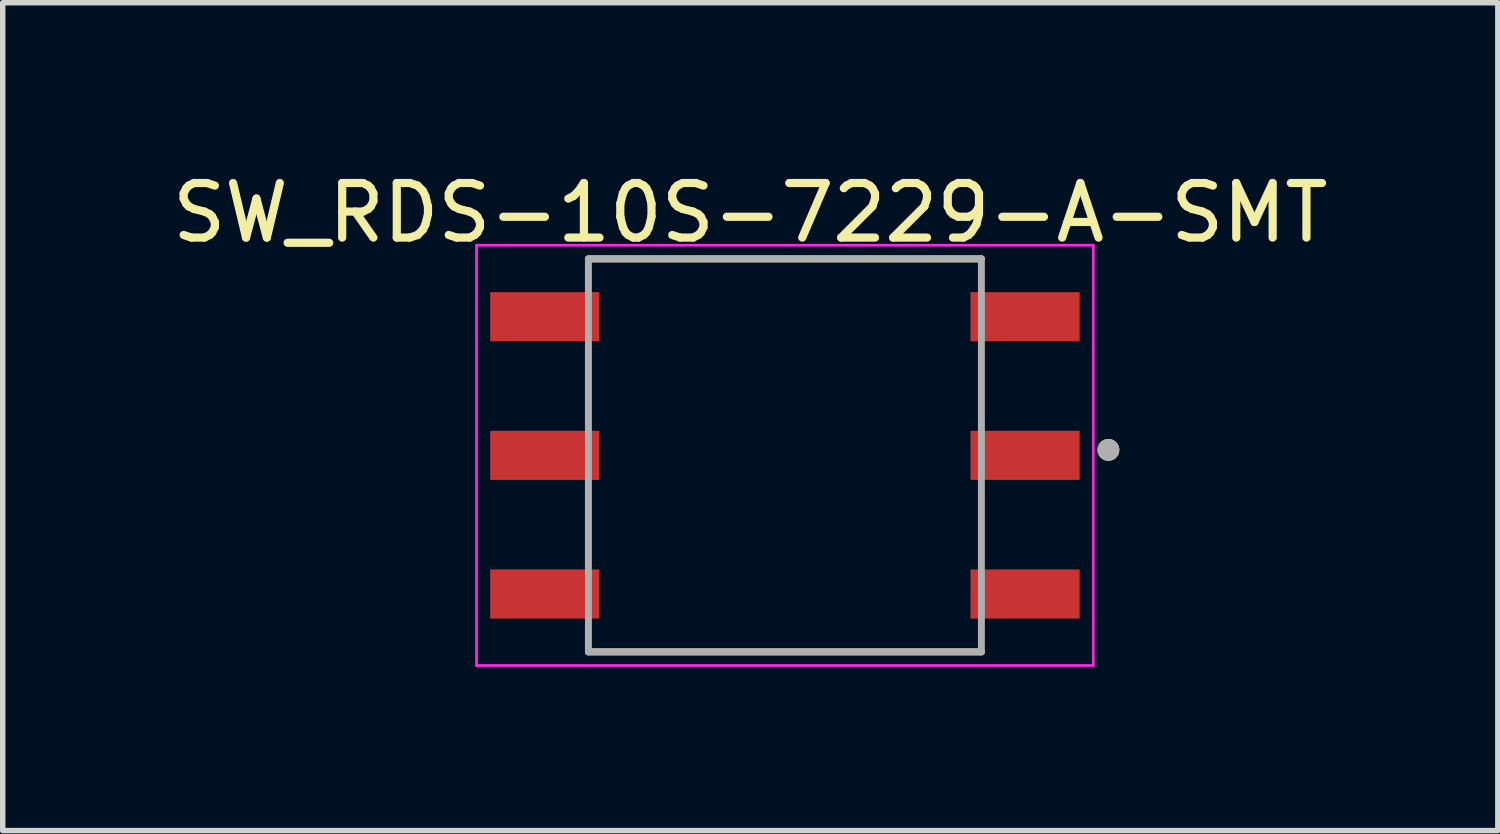
<source format=kicad_pcb>
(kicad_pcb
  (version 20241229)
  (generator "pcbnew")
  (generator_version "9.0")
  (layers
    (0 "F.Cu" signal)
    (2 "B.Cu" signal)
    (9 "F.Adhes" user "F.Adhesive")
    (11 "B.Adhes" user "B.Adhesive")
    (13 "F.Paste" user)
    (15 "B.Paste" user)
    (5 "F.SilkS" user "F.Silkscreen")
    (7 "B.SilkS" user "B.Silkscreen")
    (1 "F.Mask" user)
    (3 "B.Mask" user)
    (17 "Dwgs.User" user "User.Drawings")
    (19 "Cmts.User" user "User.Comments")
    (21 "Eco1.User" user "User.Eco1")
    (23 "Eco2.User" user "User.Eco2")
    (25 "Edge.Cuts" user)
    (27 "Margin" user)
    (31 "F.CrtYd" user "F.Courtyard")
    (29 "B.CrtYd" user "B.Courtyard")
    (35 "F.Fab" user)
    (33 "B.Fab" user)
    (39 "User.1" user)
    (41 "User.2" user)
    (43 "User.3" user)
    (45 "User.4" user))
  (footprint "SW_RDS-10S-7229-A-SMT"
    (layer "F.Cu")
    (at 11.331 5.293)
    (property "Reference" "SW_RDS-10S-7229-A-SMT" (at -0.635 -4.445 0) (layer "F.SilkS") (effects (font (size 1 1) (thickness 0.15))))
    (attr smd)
    (fp_line (start -3.6 -3.6) (end 3.6 -3.6) (stroke (width 0.127) (type solid)) (layer "F.SilkS"))
    (fp_line (start 3.6 3.6) (end -3.6 3.6) (stroke (width 0.127) (type solid)) (layer "F.SilkS"))
    (fp_circle (center 5.927 -0.1) (end 6.027 -0.1) (stroke (width 0.2) (type solid)) (fill no) (layer "F.SilkS"))
    (fp_line (start -5.65 -3.85) (end 5.65 -3.85) (stroke (width 0.05) (type solid)) (layer "F.CrtYd"))
    (fp_line (start -5.65 3.85) (end -5.65 -3.85) (stroke (width 0.05) (type solid)) (layer "F.CrtYd"))
    (fp_line (start 5.65 -3.85) (end 5.65 3.85) (stroke (width 0.05) (type solid)) (layer "F.CrtYd"))
    (fp_line (start 5.65 3.85) (end -5.65 3.85) (stroke (width 0.05) (type solid)) (layer "F.CrtYd"))
    (fp_line (start -3.6 -3.6) (end 3.6 -3.6) (stroke (width 0.127) (type solid)) (layer "F.Fab"))
    (fp_line (start -3.6 3.6) (end -3.6 -3.6) (stroke (width 0.127) (type solid)) (layer "F.Fab"))
    (fp_line (start 3.6 -3.6) (end 3.6 3.6) (stroke (width 0.127) (type solid)) (layer "F.Fab"))
    (fp_line (start 3.6 3.6) (end -3.6 3.6) (stroke (width 0.127) (type solid)) (layer "F.Fab"))
    (fp_circle (center 5.927 -0.1) (end 6.027 -0.1) (stroke (width 0.2) (type solid)) (fill no) (layer "F.Fab"))
    (pad "1" smd rect (at 4.4 0) (size 2 0.9) (layers "F.Cu" "F.Mask" "F.Paste"))
    (pad "2" smd rect (at 4.4 -2.54) (size 2 0.9) (layers "F.Cu" "F.Mask" "F.Paste"))
    (pad "4" smd rect (at -4.4 -2.54) (size 2 0.9) (layers "F.Cu" "F.Mask" "F.Paste"))
    (pad "8" smd rect (at -4.4 0) (size 2 0.9) (layers "F.Cu" "F.Mask" "F.Paste"))
    (pad "C1" smd rect (at -4.4 2.54) (size 2 0.9) (layers "F.Cu" "F.Mask" "F.Paste"))
    (pad "C2" smd rect (at 4.4 2.54) (size 2 0.9) (layers "F.Cu" "F.Mask" "F.Paste")))
  (gr_rect
    (start -3 -3)
    (end 24.393 12.168)
    (stroke (width 0.1) (type default))
    (fill no)
    (layer "Edge.Cuts")))
</source>
